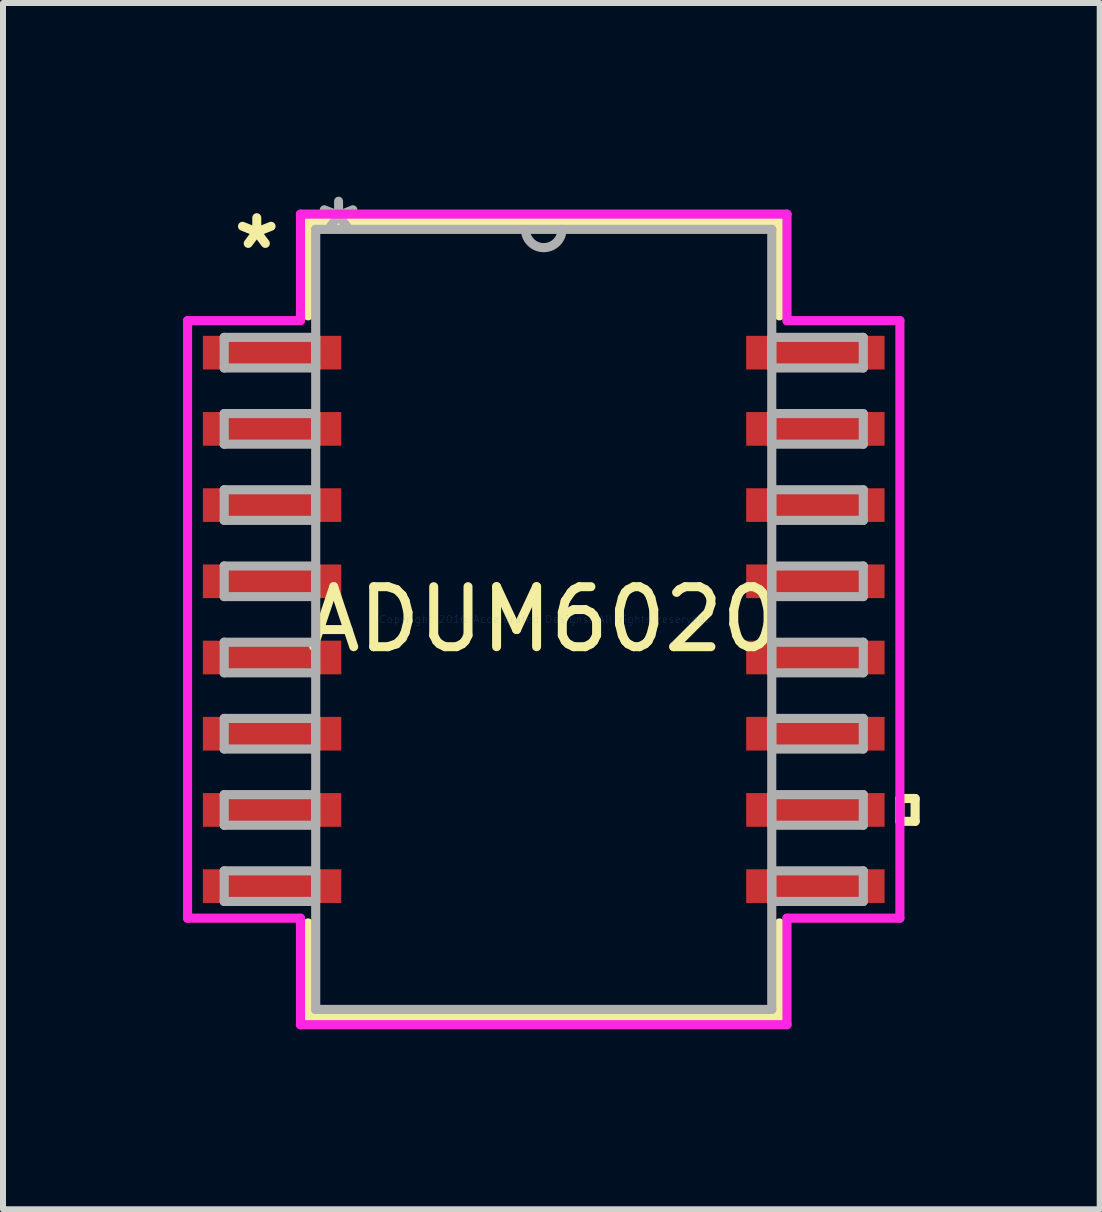
<source format=kicad_pcb>
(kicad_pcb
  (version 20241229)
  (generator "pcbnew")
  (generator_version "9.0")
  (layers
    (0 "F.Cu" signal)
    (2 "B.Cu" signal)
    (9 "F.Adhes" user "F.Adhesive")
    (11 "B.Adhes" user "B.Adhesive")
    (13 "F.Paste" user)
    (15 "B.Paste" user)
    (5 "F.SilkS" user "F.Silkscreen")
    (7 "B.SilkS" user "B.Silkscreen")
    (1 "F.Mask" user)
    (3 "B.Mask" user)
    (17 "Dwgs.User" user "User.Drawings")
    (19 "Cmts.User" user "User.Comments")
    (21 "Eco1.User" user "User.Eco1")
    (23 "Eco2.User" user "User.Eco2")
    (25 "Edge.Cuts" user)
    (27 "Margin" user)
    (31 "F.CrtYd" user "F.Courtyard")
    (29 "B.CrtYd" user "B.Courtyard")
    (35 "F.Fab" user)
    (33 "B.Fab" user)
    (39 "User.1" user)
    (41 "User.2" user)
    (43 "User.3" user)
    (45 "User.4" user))
  (footprint "ADUM6020"
    (layer "F.Cu")
    (at 6.011 7.272)
    (property "Reference" "ADUM6020" (at 0 0 0) (layer "F.SilkS") (effects (font (size 1 1) (thickness 0.15))))
    (attr through_hole)
    (fp_line (start -3.927 -6.627) (end -3.927 -5.058) (stroke (width 0.152) (type solid)) (layer "F.SilkS"))
    (fp_line (start -3.927 5.058) (end -3.927 6.627) (stroke (width 0.152) (type solid)) (layer "F.SilkS"))
    (fp_line (start -3.927 6.627) (end 3.927 6.627) (stroke (width 0.152) (type solid)) (layer "F.SilkS"))
    (fp_line (start 3.927 -6.627) (end -3.927 -6.627) (stroke (width 0.152) (type solid)) (layer "F.SilkS"))
    (fp_line (start 3.927 -5.058) (end 3.927 -6.627) (stroke (width 0.152) (type solid)) (layer "F.SilkS"))
    (fp_line (start 3.927 6.627) (end 3.927 5.058) (stroke (width 0.152) (type solid)) (layer "F.SilkS"))
    (fp_line (start 5.935 2.985) (end 6.189 2.985) (stroke (width 0.152) (type solid)) (layer "F.SilkS"))
    (fp_line (start 5.935 3.365) (end 5.935 2.985) (stroke (width 0.152) (type solid)) (layer "F.SilkS"))
    (fp_line (start 6.189 2.985) (end 6.189 3.365) (stroke (width 0.152) (type solid)) (layer "F.SilkS"))
    (fp_line (start 6.189 3.365) (end 5.935 3.365) (stroke (width 0.152) (type solid)) (layer "F.SilkS"))
    (fp_line (start -5.935 -4.979) (end -4.054 -4.979) (stroke (width 0.152) (type solid)) (layer "F.CrtYd"))
    (fp_line (start -5.935 4.979) (end -5.935 -4.979) (stroke (width 0.152) (type solid)) (layer "F.CrtYd"))
    (fp_line (start -4.054 -6.754) (end 4.054 -6.754) (stroke (width 0.152) (type solid)) (layer "F.CrtYd"))
    (fp_line (start -4.054 -4.979) (end -4.054 -6.754) (stroke (width 0.152) (type solid)) (layer "F.CrtYd"))
    (fp_line (start -4.054 4.979) (end -5.935 4.979) (stroke (width 0.152) (type solid)) (layer "F.CrtYd"))
    (fp_line (start -4.054 6.754) (end -4.054 4.979) (stroke (width 0.152) (type solid)) (layer "F.CrtYd"))
    (fp_line (start 4.054 -6.754) (end 4.054 -4.979) (stroke (width 0.152) (type solid)) (layer "F.CrtYd"))
    (fp_line (start 4.054 -4.979) (end 5.935 -4.979) (stroke (width 0.152) (type solid)) (layer "F.CrtYd"))
    (fp_line (start 4.054 4.979) (end 4.054 6.754) (stroke (width 0.152) (type solid)) (layer "F.CrtYd"))
    (fp_line (start 4.054 6.754) (end -4.054 6.754) (stroke (width 0.152) (type solid)) (layer "F.CrtYd"))
    (fp_line (start 5.935 -4.979) (end 5.935 4.979) (stroke (width 0.152) (type solid)) (layer "F.CrtYd"))
    (fp_line (start 5.935 4.979) (end 4.054 4.979) (stroke (width 0.152) (type solid)) (layer "F.CrtYd"))
    (fp_line (start -5.325 -4.7) (end -5.325 -4.19) (stroke (width 0.152) (type solid)) (layer "F.Fab"))
    (fp_line (start -5.325 -4.19) (end -3.8 -4.19) (stroke (width 0.152) (type solid)) (layer "F.Fab"))
    (fp_line (start -5.325 -3.43) (end -5.325 -2.92) (stroke (width 0.152) (type solid)) (layer "F.Fab"))
    (fp_line (start -5.325 -2.92) (end -3.8 -2.92) (stroke (width 0.152) (type solid)) (layer "F.Fab"))
    (fp_line (start -5.325 -2.16) (end -5.325 -1.65) (stroke (width 0.152) (type solid)) (layer "F.Fab"))
    (fp_line (start -5.325 -1.65) (end -3.8 -1.65) (stroke (width 0.152) (type solid)) (layer "F.Fab"))
    (fp_line (start -5.325 -0.89) (end -5.325 -0.38) (stroke (width 0.152) (type solid)) (layer "F.Fab"))
    (fp_line (start -5.325 -0.38) (end -3.8 -0.38) (stroke (width 0.152) (type solid)) (layer "F.Fab"))
    (fp_line (start -5.325 0.38) (end -5.325 0.89) (stroke (width 0.152) (type solid)) (layer "F.Fab"))
    (fp_line (start -5.325 0.89) (end -3.8 0.89) (stroke (width 0.152) (type solid)) (layer "F.Fab"))
    (fp_line (start -5.325 1.65) (end -5.325 2.16) (stroke (width 0.152) (type solid)) (layer "F.Fab"))
    (fp_line (start -5.325 2.16) (end -3.8 2.16) (stroke (width 0.152) (type solid)) (layer "F.Fab"))
    (fp_line (start -5.325 2.92) (end -5.325 3.43) (stroke (width 0.152) (type solid)) (layer "F.Fab"))
    (fp_line (start -5.325 3.43) (end -3.8 3.43) (stroke (width 0.152) (type solid)) (layer "F.Fab"))
    (fp_line (start -5.325 4.19) (end -5.325 4.7) (stroke (width 0.152) (type solid)) (layer "F.Fab"))
    (fp_line (start -5.325 4.7) (end -3.8 4.7) (stroke (width 0.152) (type solid)) (layer "F.Fab"))
    (fp_line (start -3.8 -6.5) (end -3.8 6.5) (stroke (width 0.152) (type solid)) (layer "F.Fab"))
    (fp_line (start -3.8 -4.7) (end -5.325 -4.7) (stroke (width 0.152) (type solid)) (layer "F.Fab"))
    (fp_line (start -3.8 -4.19) (end -3.8 -4.7) (stroke (width 0.152) (type solid)) (layer "F.Fab"))
    (fp_line (start -3.8 -3.43) (end -5.325 -3.43) (stroke (width 0.152) (type solid)) (layer "F.Fab"))
    (fp_line (start -3.8 -2.92) (end -3.8 -3.43) (stroke (width 0.152) (type solid)) (layer "F.Fab"))
    (fp_line (start -3.8 -2.16) (end -5.325 -2.16) (stroke (width 0.152) (type solid)) (layer "F.Fab"))
    (fp_line (start -3.8 -1.65) (end -3.8 -2.16) (stroke (width 0.152) (type solid)) (layer "F.Fab"))
    (fp_line (start -3.8 -0.89) (end -5.325 -0.89) (stroke (width 0.152) (type solid)) (layer "F.Fab"))
    (fp_line (start -3.8 -0.38) (end -3.8 -0.89) (stroke (width 0.152) (type solid)) (layer "F.Fab"))
    (fp_line (start -3.8 0.38) (end -5.325 0.38) (stroke (width 0.152) (type solid)) (layer "F.Fab"))
    (fp_line (start -3.8 0.89) (end -3.8 0.38) (stroke (width 0.152) (type solid)) (layer "F.Fab"))
    (fp_line (start -3.8 1.65) (end -5.325 1.65) (stroke (width 0.152) (type solid)) (layer "F.Fab"))
    (fp_line (start -3.8 2.16) (end -3.8 1.65) (stroke (width 0.152) (type solid)) (layer "F.Fab"))
    (fp_line (start -3.8 2.92) (end -5.325 2.92) (stroke (width 0.152) (type solid)) (layer "F.Fab"))
    (fp_line (start -3.8 3.43) (end -3.8 2.92) (stroke (width 0.152) (type solid)) (layer "F.Fab"))
    (fp_line (start -3.8 4.19) (end -5.325 4.19) (stroke (width 0.152) (type solid)) (layer "F.Fab"))
    (fp_line (start -3.8 4.7) (end -3.8 4.19) (stroke (width 0.152) (type solid)) (layer "F.Fab"))
    (fp_line (start -3.8 6.5) (end 3.8 6.5) (stroke (width 0.152) (type solid)) (layer "F.Fab"))
    (fp_line (start 3.8 -6.5) (end -3.8 -6.5) (stroke (width 0.152) (type solid)) (layer "F.Fab"))
    (fp_line (start 3.8 -4.7) (end 3.8 -4.19) (stroke (width 0.152) (type solid)) (layer "F.Fab"))
    (fp_line (start 3.8 -4.19) (end 5.325 -4.19) (stroke (width 0.152) (type solid)) (layer "F.Fab"))
    (fp_line (start 3.8 -3.43) (end 3.8 -2.92) (stroke (width 0.152) (type solid)) (layer "F.Fab"))
    (fp_line (start 3.8 -2.92) (end 5.325 -2.92) (stroke (width 0.152) (type solid)) (layer "F.Fab"))
    (fp_line (start 3.8 -2.16) (end 3.8 -1.65) (stroke (width 0.152) (type solid)) (layer "F.Fab"))
    (fp_line (start 3.8 -1.65) (end 5.325 -1.65) (stroke (width 0.152) (type solid)) (layer "F.Fab"))
    (fp_line (start 3.8 -0.89) (end 3.8 -0.38) (stroke (width 0.152) (type solid)) (layer "F.Fab"))
    (fp_line (start 3.8 -0.38) (end 5.325 -0.38) (stroke (width 0.152) (type solid)) (layer "F.Fab"))
    (fp_line (start 3.8 0.38) (end 3.8 0.89) (stroke (width 0.152) (type solid)) (layer "F.Fab"))
    (fp_line (start 3.8 0.89) (end 5.325 0.89) (stroke (width 0.152) (type solid)) (layer "F.Fab"))
    (fp_line (start 3.8 1.65) (end 3.8 2.16) (stroke (width 0.152) (type solid)) (layer "F.Fab"))
    (fp_line (start 3.8 2.16) (end 5.325 2.16) (stroke (width 0.152) (type solid)) (layer "F.Fab"))
    (fp_line (start 3.8 2.92) (end 3.8 3.43) (stroke (width 0.152) (type solid)) (layer "F.Fab"))
    (fp_line (start 3.8 3.43) (end 5.325 3.43) (stroke (width 0.152) (type solid)) (layer "F.Fab"))
    (fp_line (start 3.8 4.19) (end 3.8 4.7) (stroke (width 0.152) (type solid)) (layer "F.Fab"))
    (fp_line (start 3.8 4.7) (end 5.325 4.7) (stroke (width 0.152) (type solid)) (layer "F.Fab"))
    (fp_line (start 3.8 6.5) (end 3.8 -6.5) (stroke (width 0.152) (type solid)) (layer "F.Fab"))
    (fp_line (start 5.325 -4.7) (end 3.8 -4.7) (stroke (width 0.152) (type solid)) (layer "F.Fab"))
    (fp_line (start 5.325 -4.19) (end 5.325 -4.7) (stroke (width 0.152) (type solid)) (layer "F.Fab"))
    (fp_line (start 5.325 -3.43) (end 3.8 -3.43) (stroke (width 0.152) (type solid)) (layer "F.Fab"))
    (fp_line (start 5.325 -2.92) (end 5.325 -3.43) (stroke (width 0.152) (type solid)) (layer "F.Fab"))
    (fp_line (start 5.325 -2.16) (end 3.8 -2.16) (stroke (width 0.152) (type solid)) (layer "F.Fab"))
    (fp_line (start 5.325 -1.65) (end 5.325 -2.16) (stroke (width 0.152) (type solid)) (layer "F.Fab"))
    (fp_line (start 5.325 -0.89) (end 3.8 -0.89) (stroke (width 0.152) (type solid)) (layer "F.Fab"))
    (fp_line (start 5.325 -0.38) (end 5.325 -0.89) (stroke (width 0.152) (type solid)) (layer "F.Fab"))
    (fp_line (start 5.325 0.38) (end 3.8 0.38) (stroke (width 0.152) (type solid)) (layer "F.Fab"))
    (fp_line (start 5.325 0.89) (end 5.325 0.38) (stroke (width 0.152) (type solid)) (layer "F.Fab"))
    (fp_line (start 5.325 1.65) (end 3.8 1.65) (stroke (width 0.152) (type solid)) (layer "F.Fab"))
    (fp_line (start 5.325 2.16) (end 5.325 1.65) (stroke (width 0.152) (type solid)) (layer "F.Fab"))
    (fp_line (start 5.325 2.92) (end 3.8 2.92) (stroke (width 0.152) (type solid)) (layer "F.Fab"))
    (fp_line (start 5.325 3.43) (end 5.325 2.92) (stroke (width 0.152) (type solid)) (layer "F.Fab"))
    (fp_line (start 5.325 4.19) (end 3.8 4.19) (stroke (width 0.152) (type solid)) (layer "F.Fab"))
    (fp_line (start 5.325 4.7) (end 5.325 4.19) (stroke (width 0.152) (type solid)) (layer "F.Fab"))
    (fp_arc (start 0.3048 -6.5) (mid 0 -6.1952) (end -0.3048 -6.5) (stroke (width 0.1524) (type solid)) (layer "F.Fab"))
    (fp_text user "*" (at -4.782 -6.149 0) (layer "F.SilkS") (effects (font (size 1 1) (thickness 0.15))))
    (fp_text user "Copyright 2016 Accelerated Designs. All rights reserved." (at 0 0 0) (layer "Cmts.User") (effects (font (size 0.127 0.127) (thickness 0.002))))
    (fp_text user "*" (at -3.419 -6.424 0) (layer "F.Fab") (effects (font (size 1 1) (thickness 0.15))))
    (pad "1" smd rect (at -4.527 -4.445) (size 2.306 0.561) (layers "F.Cu" "F.Mask" "F.Paste"))
    (pad "2" smd rect (at -4.527 -3.175) (size 2.306 0.561) (layers "F.Cu" "F.Mask" "F.Paste"))
    (pad "3" smd rect (at -4.527 -1.905) (size 2.306 0.561) (layers "F.Cu" "F.Mask" "F.Paste"))
    (pad "4" smd rect (at -4.527 -0.635) (size 2.306 0.561) (layers "F.Cu" "F.Mask" "F.Paste"))
    (pad "5" smd rect (at -4.527 0.635) (size 2.306 0.561) (layers "F.Cu" "F.Mask" "F.Paste"))
    (pad "6" smd rect (at -4.527 1.905) (size 2.306 0.561) (layers "F.Cu" "F.Mask" "F.Paste"))
    (pad "7" smd rect (at -4.527 3.175) (size 2.306 0.561) (layers "F.Cu" "F.Mask" "F.Paste"))
    (pad "8" smd rect (at -4.527 4.445) (size 2.306 0.561) (layers "F.Cu" "F.Mask" "F.Paste"))
    (pad "9" smd rect (at 4.527 4.445) (size 2.306 0.561) (layers "F.Cu" "F.Mask" "F.Paste"))
    (pad "10" smd rect (at 4.527 3.175) (size 2.306 0.561) (layers "F.Cu" "F.Mask" "F.Paste"))
    (pad "11" smd rect (at 4.527 1.905) (size 2.306 0.561) (layers "F.Cu" "F.Mask" "F.Paste"))
    (pad "12" smd rect (at 4.527 0.635) (size 2.306 0.561) (layers "F.Cu" "F.Mask" "F.Paste"))
    (pad "13" smd rect (at 4.527 -0.635) (size 2.306 0.561) (layers "F.Cu" "F.Mask" "F.Paste"))
    (pad "14" smd rect (at 4.527 -1.905) (size 2.306 0.561) (layers "F.Cu" "F.Mask" "F.Paste"))
    (pad "15" smd rect (at 4.527 -3.175) (size 2.306 0.561) (layers "F.Cu" "F.Mask" "F.Paste"))
    (pad "16" smd rect (at 4.527 -4.445) (size 2.306 0.561) (layers "F.Cu" "F.Mask" "F.Paste")))
  (gr_rect
    (start -3 -3)
    (end 15.276 17.102)
    (stroke (width 0.1) (type default))
    (fill no)
    (layer "Edge.Cuts")))
</source>
